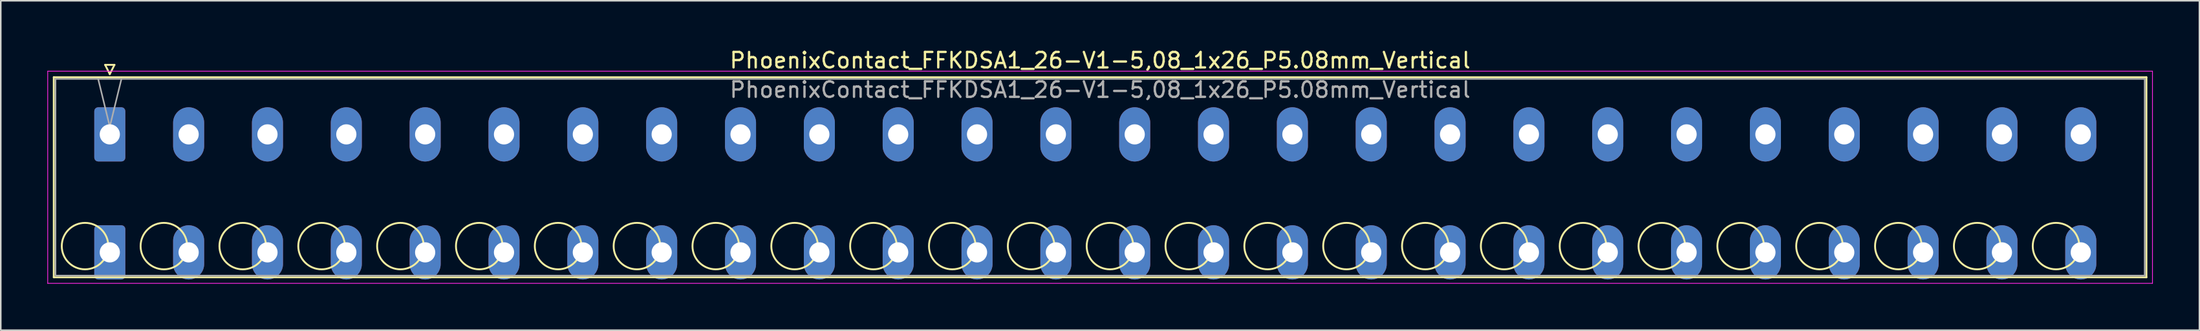
<source format=kicad_pcb>
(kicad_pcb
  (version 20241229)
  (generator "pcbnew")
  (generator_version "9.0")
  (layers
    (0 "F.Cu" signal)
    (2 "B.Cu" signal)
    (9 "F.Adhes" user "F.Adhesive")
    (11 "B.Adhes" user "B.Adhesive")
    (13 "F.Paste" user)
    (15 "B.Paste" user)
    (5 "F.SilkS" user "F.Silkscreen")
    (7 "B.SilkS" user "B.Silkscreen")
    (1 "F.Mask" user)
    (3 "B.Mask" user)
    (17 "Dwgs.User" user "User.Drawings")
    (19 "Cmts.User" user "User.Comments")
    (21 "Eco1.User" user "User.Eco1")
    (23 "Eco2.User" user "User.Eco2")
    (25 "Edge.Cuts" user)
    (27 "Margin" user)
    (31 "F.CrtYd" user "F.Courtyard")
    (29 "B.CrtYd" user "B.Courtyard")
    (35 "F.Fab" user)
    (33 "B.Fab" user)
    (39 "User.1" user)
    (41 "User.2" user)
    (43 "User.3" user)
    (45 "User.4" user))
  (footprint "PhoenixContact_FFKDSA1_26-V1-5,08_1x26_P5.08mm_Vertical"
    (layer "F.Cu")
    (at 4.025 5.628)
    (property "Reference" "PhoenixContact_FFKDSA1_26-V1-5,08_1x26_P5.08mm_Vertical" (at 63.81 -4.78 0) (layer "F.SilkS") (effects (font (size 1 1) (thickness 0.15))))
    (attr through_hole)
    (fp_line (start -3.61 -3.69) (end -3.61 9.23) (stroke (width 0.12) (type solid)) (layer "F.SilkS"))
    (fp_line (start -3.61 9.23) (end 131.23 9.23) (stroke (width 0.12) (type solid)) (layer "F.SilkS"))
    (fp_line (start -0.3 -4.49) (end 0.3 -4.49) (stroke (width 0.12) (type solid)) (layer "F.SilkS"))
    (fp_line (start 0 -3.89) (end -0.3 -4.49) (stroke (width 0.12) (type solid)) (layer "F.SilkS"))
    (fp_line (start 0.3 -4.49) (end 0 -3.89) (stroke (width 0.12) (type solid)) (layer "F.SilkS"))
    (fp_line (start 131.23 -3.69) (end -3.61 -3.69) (stroke (width 0.12) (type solid)) (layer "F.SilkS"))
    (fp_line (start 131.23 9.23) (end 131.23 -3.69) (stroke (width 0.12) (type solid)) (layer "F.SilkS"))
    (fp_circle (center -1.595 7.215) (end -0.095 7.215) (stroke (width 0.12) (type solid)) (fill no) (layer "F.SilkS"))
    (fp_circle (center 3.485 7.215) (end 4.985 7.215) (stroke (width 0.12) (type solid)) (fill no) (layer "F.SilkS"))
    (fp_circle (center 8.565 7.215) (end 10.065 7.215) (stroke (width 0.12) (type solid)) (fill no) (layer "F.SilkS"))
    (fp_circle (center 13.645 7.215) (end 15.145 7.215) (stroke (width 0.12) (type solid)) (fill no) (layer "F.SilkS"))
    (fp_circle (center 18.725 7.215) (end 20.225 7.215) (stroke (width 0.12) (type solid)) (fill no) (layer "F.SilkS"))
    (fp_circle (center 23.805 7.215) (end 25.305 7.215) (stroke (width 0.12) (type solid)) (fill no) (layer "F.SilkS"))
    (fp_circle (center 28.885 7.215) (end 30.385 7.215) (stroke (width 0.12) (type solid)) (fill no) (layer "F.SilkS"))
    (fp_circle (center 33.965 7.215) (end 35.465 7.215) (stroke (width 0.12) (type solid)) (fill no) (layer "F.SilkS"))
    (fp_circle (center 39.045 7.215) (end 40.545 7.215) (stroke (width 0.12) (type solid)) (fill no) (layer "F.SilkS"))
    (fp_circle (center 44.125 7.215) (end 45.625 7.215) (stroke (width 0.12) (type solid)) (fill no) (layer "F.SilkS"))
    (fp_circle (center 49.205 7.215) (end 50.705 7.215) (stroke (width 0.12) (type solid)) (fill no) (layer "F.SilkS"))
    (fp_circle (center 54.285 7.215) (end 55.785 7.215) (stroke (width 0.12) (type solid)) (fill no) (layer "F.SilkS"))
    (fp_circle (center 59.365 7.215) (end 60.865 7.215) (stroke (width 0.12) (type solid)) (fill no) (layer "F.SilkS"))
    (fp_circle (center 64.445 7.215) (end 65.945 7.215) (stroke (width 0.12) (type solid)) (fill no) (layer "F.SilkS"))
    (fp_circle (center 69.525 7.215) (end 71.025 7.215) (stroke (width 0.12) (type solid)) (fill no) (layer "F.SilkS"))
    (fp_circle (center 74.605 7.215) (end 76.105 7.215) (stroke (width 0.12) (type solid)) (fill no) (layer "F.SilkS"))
    (fp_circle (center 79.685 7.215) (end 81.185 7.215) (stroke (width 0.12) (type solid)) (fill no) (layer "F.SilkS"))
    (fp_circle (center 84.765 7.215) (end 86.265 7.215) (stroke (width 0.12) (type solid)) (fill no) (layer "F.SilkS"))
    (fp_circle (center 89.845 7.215) (end 91.345 7.215) (stroke (width 0.12) (type solid)) (fill no) (layer "F.SilkS"))
    (fp_circle (center 94.925 7.215) (end 96.425 7.215) (stroke (width 0.12) (type solid)) (fill no) (layer "F.SilkS"))
    (fp_circle (center 100.005 7.215) (end 101.505 7.215) (stroke (width 0.12) (type solid)) (fill no) (layer "F.SilkS"))
    (fp_circle (center 105.085 7.215) (end 106.585 7.215) (stroke (width 0.12) (type solid)) (fill no) (layer "F.SilkS"))
    (fp_circle (center 110.165 7.215) (end 111.665 7.215) (stroke (width 0.12) (type solid)) (fill no) (layer "F.SilkS"))
    (fp_circle (center 115.245 7.215) (end 116.745 7.215) (stroke (width 0.12) (type solid)) (fill no) (layer "F.SilkS"))
    (fp_circle (center 120.325 7.215) (end 121.825 7.215) (stroke (width 0.12) (type solid)) (fill no) (layer "F.SilkS"))
    (fp_circle (center 125.405 7.215) (end 126.905 7.215) (stroke (width 0.12) (type solid)) (fill no) (layer "F.SilkS"))
    (fp_line (start -4 -4.08) (end -4 9.62) (stroke (width 0.05) (type solid)) (layer "F.CrtYd"))
    (fp_line (start -4 9.62) (end 131.62 9.62) (stroke (width 0.05) (type solid)) (layer "F.CrtYd"))
    (fp_line (start 131.62 -4.08) (end -4 -4.08) (stroke (width 0.05) (type solid)) (layer "F.CrtYd"))
    (fp_line (start 131.62 9.62) (end 131.62 -4.08) (stroke (width 0.05) (type solid)) (layer "F.CrtYd"))
    (fp_line (start -3.5 -3.58) (end -3.5 9.12) (stroke (width 0.1) (type solid)) (layer "F.Fab"))
    (fp_line (start -3.5 9.12) (end 131.12 9.12) (stroke (width 0.1) (type solid)) (layer "F.Fab"))
    (fp_line (start 0 -0.5) (end -0.75 -3.58) (stroke (width 0.1) (type solid)) (layer "F.Fab"))
    (fp_line (start 0.75 -3.58) (end 0 -0.5) (stroke (width 0.1) (type solid)) (layer "F.Fab"))
    (fp_line (start 131.12 -3.58) (end -3.5 -3.58) (stroke (width 0.1) (type solid)) (layer "F.Fab"))
    (fp_line (start 131.12 9.12) (end 131.12 -3.58) (stroke (width 0.1) (type solid)) (layer "F.Fab"))
    (fp_text user "${REFERENCE}" (at 63.81 -2.88 0) (layer "F.Fab") (effects (font (size 1 1) (thickness 0.15))))
    (pad "1" thru_hole roundrect (at 0 0) (size 2 3.5) (drill 1.3) (layers "*.Cu" "*.Mask") (roundrect_rratio 0.125))
    (pad "1" thru_hole roundrect (at 0 7.62) (size 2 3.5) (drill 1.3) (layers "*.Cu" "*.Mask") (roundrect_rratio 0.125))
    (pad "2" thru_hole oval (at 5.08 0) (size 2 3.5) (drill 1.3) (layers "*.Cu" "*.Mask"))
    (pad "2" thru_hole oval (at 5.08 7.62) (size 2 3.5) (drill 1.3) (layers "*.Cu" "*.Mask"))
    (pad "3" thru_hole oval (at 10.16 0) (size 2 3.5) (drill 1.3) (layers "*.Cu" "*.Mask"))
    (pad "3" thru_hole oval (at 10.16 7.62) (size 2 3.5) (drill 1.3) (layers "*.Cu" "*.Mask"))
    (pad "4" thru_hole oval (at 15.24 0) (size 2 3.5) (drill 1.3) (layers "*.Cu" "*.Mask"))
    (pad "4" thru_hole oval (at 15.24 7.62) (size 2 3.5) (drill 1.3) (layers "*.Cu" "*.Mask"))
    (pad "5" thru_hole oval (at 20.32 0) (size 2 3.5) (drill 1.3) (layers "*.Cu" "*.Mask"))
    (pad "5" thru_hole oval (at 20.32 7.62) (size 2 3.5) (drill 1.3) (layers "*.Cu" "*.Mask"))
    (pad "6" thru_hole oval (at 25.4 0) (size 2 3.5) (drill 1.3) (layers "*.Cu" "*.Mask"))
    (pad "6" thru_hole oval (at 25.4 7.62) (size 2 3.5) (drill 1.3) (layers "*.Cu" "*.Mask"))
    (pad "7" thru_hole oval (at 30.48 0) (size 2 3.5) (drill 1.3) (layers "*.Cu" "*.Mask"))
    (pad "7" thru_hole oval (at 30.48 7.62) (size 2 3.5) (drill 1.3) (layers "*.Cu" "*.Mask"))
    (pad "8" thru_hole oval (at 35.56 0) (size 2 3.5) (drill 1.3) (layers "*.Cu" "*.Mask"))
    (pad "8" thru_hole oval (at 35.56 7.62) (size 2 3.5) (drill 1.3) (layers "*.Cu" "*.Mask"))
    (pad "9" thru_hole oval (at 40.64 0) (size 2 3.5) (drill 1.3) (layers "*.Cu" "*.Mask"))
    (pad "9" thru_hole oval (at 40.64 7.62) (size 2 3.5) (drill 1.3) (layers "*.Cu" "*.Mask"))
    (pad "10" thru_hole oval (at 45.72 0) (size 2 3.5) (drill 1.3) (layers "*.Cu" "*.Mask"))
    (pad "10" thru_hole oval (at 45.72 7.62) (size 2 3.5) (drill 1.3) (layers "*.Cu" "*.Mask"))
    (pad "11" thru_hole oval (at 50.8 0) (size 2 3.5) (drill 1.3) (layers "*.Cu" "*.Mask"))
    (pad "11" thru_hole oval (at 50.8 7.62) (size 2 3.5) (drill 1.3) (layers "*.Cu" "*.Mask"))
    (pad "12" thru_hole oval (at 55.88 0) (size 2 3.5) (drill 1.3) (layers "*.Cu" "*.Mask"))
    (pad "12" thru_hole oval (at 55.88 7.62) (size 2 3.5) (drill 1.3) (layers "*.Cu" "*.Mask"))
    (pad "13" thru_hole oval (at 60.96 0) (size 2 3.5) (drill 1.3) (layers "*.Cu" "*.Mask"))
    (pad "13" thru_hole oval (at 60.96 7.62) (size 2 3.5) (drill 1.3) (layers "*.Cu" "*.Mask"))
    (pad "14" thru_hole oval (at 66.04 0) (size 2 3.5) (drill 1.3) (layers "*.Cu" "*.Mask"))
    (pad "14" thru_hole oval (at 66.04 7.62) (size 2 3.5) (drill 1.3) (layers "*.Cu" "*.Mask"))
    (pad "15" thru_hole oval (at 71.12 0) (size 2 3.5) (drill 1.3) (layers "*.Cu" "*.Mask"))
    (pad "15" thru_hole oval (at 71.12 7.62) (size 2 3.5) (drill 1.3) (layers "*.Cu" "*.Mask"))
    (pad "16" thru_hole oval (at 76.2 0) (size 2 3.5) (drill 1.3) (layers "*.Cu" "*.Mask"))
    (pad "16" thru_hole oval (at 76.2 7.62) (size 2 3.5) (drill 1.3) (layers "*.Cu" "*.Mask"))
    (pad "17" thru_hole oval (at 81.28 0) (size 2 3.5) (drill 1.3) (layers "*.Cu" "*.Mask"))
    (pad "17" thru_hole oval (at 81.28 7.62) (size 2 3.5) (drill 1.3) (layers "*.Cu" "*.Mask"))
    (pad "18" thru_hole oval (at 86.36 0) (size 2 3.5) (drill 1.3) (layers "*.Cu" "*.Mask"))
    (pad "18" thru_hole oval (at 86.36 7.62) (size 2 3.5) (drill 1.3) (layers "*.Cu" "*.Mask"))
    (pad "19" thru_hole oval (at 91.44 0) (size 2 3.5) (drill 1.3) (layers "*.Cu" "*.Mask"))
    (pad "19" thru_hole oval (at 91.44 7.62) (size 2 3.5) (drill 1.3) (layers "*.Cu" "*.Mask"))
    (pad "20" thru_hole oval (at 96.52 0) (size 2 3.5) (drill 1.3) (layers "*.Cu" "*.Mask"))
    (pad "20" thru_hole oval (at 96.52 7.62) (size 2 3.5) (drill 1.3) (layers "*.Cu" "*.Mask"))
    (pad "21" thru_hole oval (at 101.6 0) (size 2 3.5) (drill 1.3) (layers "*.Cu" "*.Mask"))
    (pad "21" thru_hole oval (at 101.6 7.62) (size 2 3.5) (drill 1.3) (layers "*.Cu" "*.Mask"))
    (pad "22" thru_hole oval (at 106.68 0) (size 2 3.5) (drill 1.3) (layers "*.Cu" "*.Mask"))
    (pad "22" thru_hole oval (at 106.68 7.62) (size 2 3.5) (drill 1.3) (layers "*.Cu" "*.Mask"))
    (pad "23" thru_hole oval (at 111.76 0) (size 2 3.5) (drill 1.3) (layers "*.Cu" "*.Mask"))
    (pad "23" thru_hole oval (at 111.76 7.62) (size 2 3.5) (drill 1.3) (layers "*.Cu" "*.Mask"))
    (pad "24" thru_hole oval (at 116.84 0) (size 2 3.5) (drill 1.3) (layers "*.Cu" "*.Mask"))
    (pad "24" thru_hole oval (at 116.84 7.62) (size 2 3.5) (drill 1.3) (layers "*.Cu" "*.Mask"))
    (pad "25" thru_hole oval (at 121.92 0) (size 2 3.5) (drill 1.3) (layers "*.Cu" "*.Mask"))
    (pad "25" thru_hole oval (at 121.92 7.62) (size 2 3.5) (drill 1.3) (layers "*.Cu" "*.Mask"))
    (pad "26" thru_hole oval (at 127 0) (size 2 3.5) (drill 1.3) (layers "*.Cu" "*.Mask"))
    (pad "26" thru_hole oval (at 127 7.62) (size 2 3.5) (drill 1.3) (layers "*.Cu" "*.Mask")))
  (gr_rect
    (start -3 -3)
    (end 138.67 18.273)
    (stroke (width 0.1) (type default))
    (fill no)
    (layer "Edge.Cuts")))
</source>
